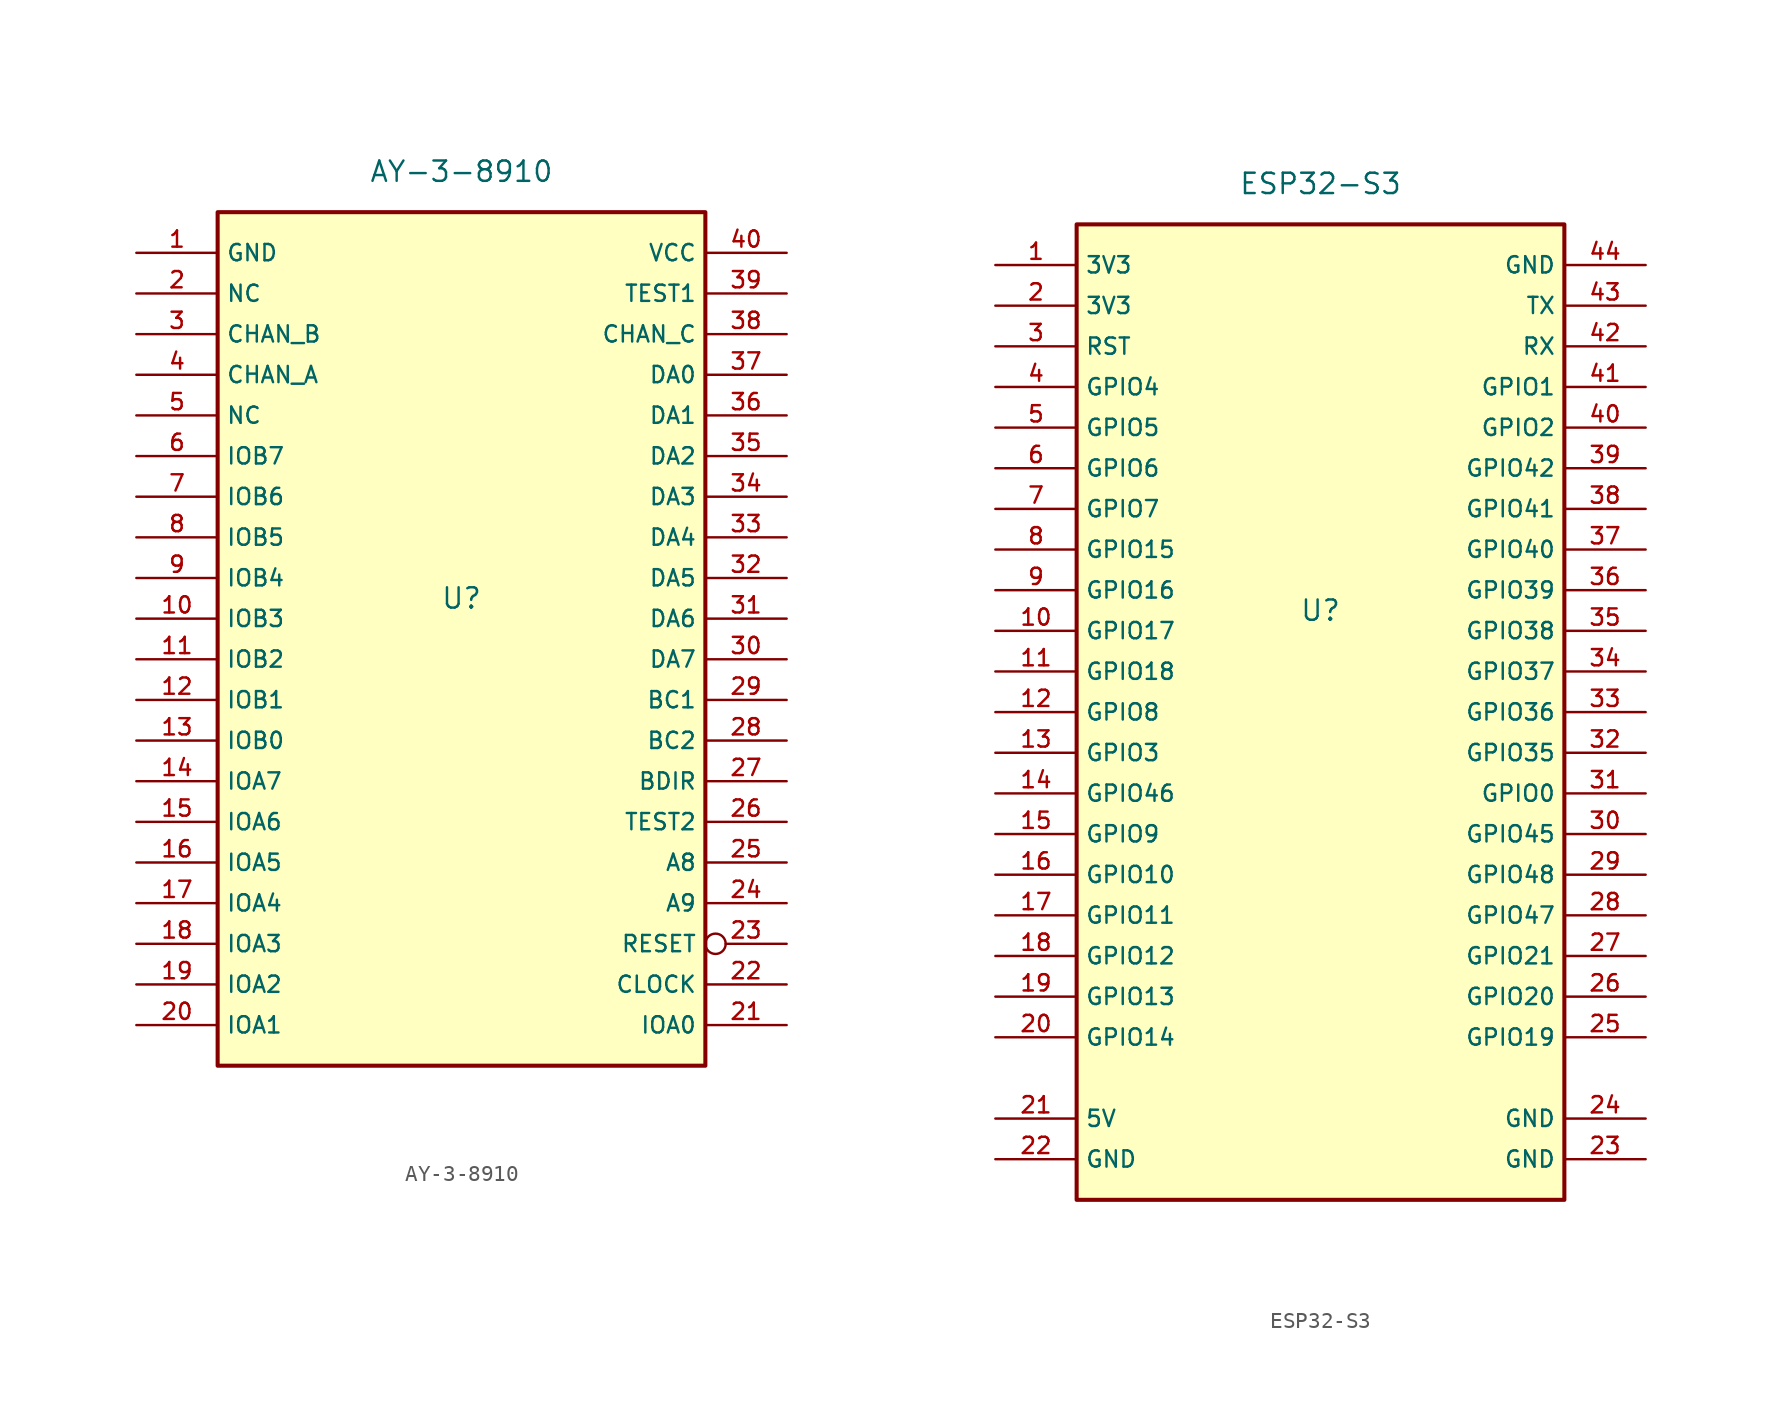
<source format=kicad_sym>
(kicad_symbol_lib
  (version 20211014)
  (generator kicad_symbol_editor)
  (symbol "AY-3-8910"
    (property "Reference" "U"
      (at 0 -29.21 0)
      (effects (font (size 1.27 1.27))))
    (property "Value" "AY-3-8910"
      (at 0 -2.54 0)
      (effects (font (size 1.27 1.27))))
    (symbol "AY-3-8910_0_0"
      (rectangle (start -15.24 -5.08) (end 15.24 -58.42) (stroke (width 0.254) (type default) (color 0 0 0 0)) (fill (type background)))
      (pin power_in line (at -20.32 -7.62 0) (length 5.08) (name "GND" (effects (font (size 1.016 1.016)))) (number "1" (effects (font (size 1.016 1.016)))))
      (pin bidirectional line (at -20.32 -30.48 0) (length 5.08) (name "IOB3" (effects (font (size 1.016 1.016)))) (number "10" (effects (font (size 1.016 1.016)))))
      (pin bidirectional line (at -20.32 -33.02 0) (length 5.08) (name "IOB2" (effects (font (size 1.016 1.016)))) (number "11" (effects (font (size 1.016 1.016)))))
      (pin bidirectional line (at -20.32 -35.56 0) (length 5.08) (name "IOB1" (effects (font (size 1.016 1.016)))) (number "12" (effects (font (size 1.016 1.016)))))
      (pin bidirectional line (at -20.32 -38.1 0) (length 5.08) (name "IOB0" (effects (font (size 1.016 1.016)))) (number "13" (effects (font (size 1.016 1.016)))))
      (pin bidirectional line (at -20.32 -40.64 0) (length 5.08) (name "IOA7" (effects (font (size 1.016 1.016)))) (number "14" (effects (font (size 1.016 1.016)))))
      (pin bidirectional line (at -20.32 -43.18 0) (length 5.08) (name "IOA6" (effects (font (size 1.016 1.016)))) (number "15" (effects (font (size 1.016 1.016)))))
      (pin bidirectional line (at -20.32 -45.72 0) (length 5.08) (name "IOA5" (effects (font (size 1.016 1.016)))) (number "16" (effects (font (size 1.016 1.016)))))
      (pin bidirectional line (at -20.32 -48.26 0) (length 5.08) (name "IOA4" (effects (font (size 1.016 1.016)))) (number "17" (effects (font (size 1.016 1.016)))))
      (pin bidirectional line (at -20.32 -50.8 0) (length 5.08) (name "IOA3" (effects (font (size 1.016 1.016)))) (number "18" (effects (font (size 1.016 1.016)))))
      (pin bidirectional line (at -20.32 -53.34 0) (length 5.08) (name "IOA2" (effects (font (size 1.016 1.016)))) (number "19" (effects (font (size 1.016 1.016)))))
      (pin power_in line (at -20.32 -10.16 0) (length 5.08) (name "NC" (effects (font (size 1.016 1.016)))) (number "2" (effects (font (size 1.016 1.016)))))
      (pin bidirectional line (at -20.32 -55.88 0) (length 5.08) (name "IOA1" (effects (font (size 1.016 1.016)))) (number "20" (effects (font (size 1.016 1.016)))))
      (pin bidirectional line (at 20.32 -55.88 180) (length 5.08) (name "IOA0" (effects (font (size 1.016 1.016)))) (number "21" (effects (font (size 1.016 1.016)))))
      (pin input line (at 20.32 -53.34 180) (length 5.08) (name "CLOCK" (effects (font (size 1.016 1.016)))) (number "22" (effects (font (size 1.016 1.016)))))
      (pin input inverted (at 20.32 -50.8 180) (length 5.08) (name "RESET" (effects (font (size 1.016 1.016)))) (number "23" (effects (font (size 1.016 1.016)))))
      (pin bidirectional line (at 20.32 -48.26 180) (length 5.08) (name "A9" (effects (font (size 1.016 1.016)))) (number "24" (effects (font (size 1.016 1.016)))))
      (pin bidirectional line (at 20.32 -45.72 180) (length 5.08) (name "A8" (effects (font (size 1.016 1.016)))) (number "25" (effects (font (size 1.016 1.016)))))
      (pin bidirectional line (at 20.32 -43.18 180) (length 5.08) (name "TEST2" (effects (font (size 1.016 1.016)))) (number "26" (effects (font (size 1.016 1.016)))))
      (pin input line (at 20.32 -40.64 180) (length 5.08) (name "BDIR" (effects (font (size 1.016 1.016)))) (number "27" (effects (font (size 1.016 1.016)))))
      (pin input line (at 20.32 -38.1 180) (length 5.08) (name "BC2" (effects (font (size 1.016 1.016)))) (number "28" (effects (font (size 1.016 1.016)))))
      (pin input line (at 20.32 -35.56 180) (length 5.08) (name "BC1" (effects (font (size 1.016 1.016)))) (number "29" (effects (font (size 1.016 1.016)))))
      (pin output line (at -20.32 -12.7 0) (length 5.08) (name "CHAN_B" (effects (font (size 1.016 1.016)))) (number "3" (effects (font (size 1.016 1.016)))))
      (pin bidirectional line (at 20.32 -33.02 180) (length 5.08) (name "DA7" (effects (font (size 1.016 1.016)))) (number "30" (effects (font (size 1.016 1.016)))))
      (pin bidirectional line (at 20.32 -30.48 180) (length 5.08) (name "DA6" (effects (font (size 1.016 1.016)))) (number "31" (effects (font (size 1.016 1.016)))))
      (pin bidirectional line (at 20.32 -27.94 180) (length 5.08) (name "DA5" (effects (font (size 1.016 1.016)))) (number "32" (effects (font (size 1.016 1.016)))))
      (pin bidirectional line (at 20.32 -25.4 180) (length 5.08) (name "DA4" (effects (font (size 1.016 1.016)))) (number "33" (effects (font (size 1.016 1.016)))))
      (pin bidirectional line (at 20.32 -22.86 180) (length 5.08) (name "DA3" (effects (font (size 1.016 1.016)))) (number "34" (effects (font (size 1.016 1.016)))))
      (pin bidirectional line (at 20.32 -20.32 180) (length 5.08) (name "DA2" (effects (font (size 1.016 1.016)))) (number "35" (effects (font (size 1.016 1.016)))))
      (pin bidirectional line (at 20.32 -17.78 180) (length 5.08) (name "DA1" (effects (font (size 1.016 1.016)))) (number "36" (effects (font (size 1.016 1.016)))))
      (pin bidirectional line (at 20.32 -15.24 180) (length 5.08) (name "DA0" (effects (font (size 1.016 1.016)))) (number "37" (effects (font (size 1.016 1.016)))))
      (pin output line (at 20.32 -12.7 180) (length 5.08) (name "CHAN_C" (effects (font (size 1.016 1.016)))) (number "38" (effects (font (size 1.016 1.016)))))
      (pin bidirectional line (at 20.32 -10.16 180) (length 5.08) (name "TEST1" (effects (font (size 1.016 1.016)))) (number "39" (effects (font (size 1.016 1.016)))))
      (pin output line (at -20.32 -15.24 0) (length 5.08) (name "CHAN_A" (effects (font (size 1.016 1.016)))) (number "4" (effects (font (size 1.016 1.016)))))
      (pin power_in line (at 20.32 -7.62 180) (length 5.08) (name "VCC" (effects (font (size 1.016 1.016)))) (number "40" (effects (font (size 1.016 1.016)))))
      (pin bidirectional line (at -20.32 -17.78 0) (length 5.08) (name "NC" (effects (font (size 1.016 1.016)))) (number "5" (effects (font (size 1.016 1.016)))))
      (pin bidirectional line (at -20.32 -20.32 0) (length 5.08) (name "IOB7" (effects (font (size 1.016 1.016)))) (number "6" (effects (font (size 1.016 1.016)))))
      (pin bidirectional line (at -20.32 -22.86 0) (length 5.08) (name "IOB6" (effects (font (size 1.016 1.016)))) (number "7" (effects (font (size 1.016 1.016)))))
      (pin bidirectional line (at -20.32 -25.4 0) (length 5.08) (name "IOB5" (effects (font (size 1.016 1.016)))) (number "8" (effects (font (size 1.016 1.016)))))
      (pin bidirectional line (at -20.32 -27.94 0) (length 5.08) (name "IOB4" (effects (font (size 1.016 1.016)))) (number "9" (effects (font (size 1.016 1.016)))))))
  (symbol "ESP32-S3"
    (property "Reference" "U"
      (at 0 -29.21 0)
      (effects (font (size 1.27 1.27))))
    (property "Value" "ESP32-S3"
      (at 0 -2.54 0)
      (effects (font (size 1.27 1.27))))
    (symbol "ESP32-S3_0_0"
      (rectangle (start -15.24 -5.08) (end 15.24 -66.04) (stroke (width 0.254) (type default) (color 0 0 0 0)) (fill (type background)))
      (pin power_in line (at -20.32 -7.62 0) (length 5.08) (name "3V3" (effects (font (size 1.016 1.016)))) (number "1" (effects (font (size 1.016 1.016)))))
      (pin bidirectional line (at -20.32 -30.48 0) (length 5.08) (name "GPIO17" (effects (font (size 1.016 1.016)))) (number "10" (effects (font (size 1.016 1.016)))))
      (pin bidirectional line (at -20.32 -33.02 0) (length 5.08) (name "GPIO18" (effects (font (size 1.016 1.016)))) (number "11" (effects (font (size 1.016 1.016)))))
      (pin bidirectional line (at -20.32 -35.56 0) (length 5.08) (name "GPIO8" (effects (font (size 1.016 1.016)))) (number "12" (effects (font (size 1.016 1.016)))))
      (pin bidirectional line (at -20.32 -38.1 0) (length 5.08) (name "GPIO3" (effects (font (size 1.016 1.016)))) (number "13" (effects (font (size 1.016 1.016)))))
      (pin bidirectional line (at -20.32 -40.64 0) (length 5.08) (name "GPIO46" (effects (font (size 1.016 1.016)))) (number "14" (effects (font (size 1.016 1.016)))))
      (pin bidirectional line (at -20.32 -43.18 0) (length 5.08) (name "GPIO9" (effects (font (size 1.016 1.016)))) (number "15" (effects (font (size 1.016 1.016)))))
      (pin bidirectional line (at -20.32 -45.72 0) (length 5.08) (name "GPIO10" (effects (font (size 1.016 1.016)))) (number "16" (effects (font (size 1.016 1.016)))))
      (pin bidirectional line (at -20.32 -48.26 0) (length 5.08) (name "GPIO11" (effects (font (size 1.016 1.016)))) (number "17" (effects (font (size 1.016 1.016)))))
      (pin bidirectional line (at -20.32 -50.8 0) (length 5.08) (name "GPIO12" (effects (font (size 1.016 1.016)))) (number "18" (effects (font (size 1.016 1.016)))))
      (pin bidirectional line (at -20.32 -53.34 0) (length 5.08) (name "GPIO13" (effects (font (size 1.016 1.016)))) (number "19" (effects (font (size 1.016 1.016)))))
      (pin power_in line (at -20.32 -10.16 0) (length 5.08) (name "3V3" (effects (font (size 1.016 1.016)))) (number "2" (effects (font (size 1.016 1.016)))))
      (pin bidirectional line (at -20.32 -55.88 0) (length 5.08) (name "GPIO14" (effects (font (size 1.016 1.016)))) (number "20" (effects (font (size 1.016 1.016)))))
      (pin power_in line (at -20.32 -60.96 0) (length 5.08) (name "5V" (effects (font (size 1.016 1.016)))) (number "21" (effects (font (size 1.016 1.016)))))
      (pin power_in line (at -20.32 -63.5 0) (length 5.08) (name "GND" (effects (font (size 1.016 1.016)))) (number "22" (effects (font (size 1.016 1.016)))))
      (pin power_in line (at 20.32 -63.5 180) (length 5.08) (name "GND" (effects (font (size 1.016 1.016)))) (number "23" (effects (font (size 1.016 1.016)))))
      (pin power_in line (at 20.32 -60.96 180) (length 5.08) (name "GND" (effects (font (size 1.016 1.016)))) (number "24" (effects (font (size 1.016 1.016)))))
      (pin bidirectional line (at 20.32 -55.88 180) (length 5.08) (name "GPIO19" (effects (font (size 1.016 1.016)))) (number "25" (effects (font (size 1.016 1.016)))))
      (pin bidirectional line (at 20.32 -53.34 180) (length 5.08) (name "GPIO20" (effects (font (size 1.016 1.016)))) (number "26" (effects (font (size 1.016 1.016)))))
      (pin bidirectional line (at 20.32 -50.8 180) (length 5.08) (name "GPIO21" (effects (font (size 1.016 1.016)))) (number "27" (effects (font (size 1.016 1.016)))))
      (pin bidirectional line (at 20.32 -48.26 180) (length 5.08) (name "GPIO47" (effects (font (size 1.016 1.016)))) (number "28" (effects (font (size 1.016 1.016)))))
      (pin bidirectional line (at 20.32 -45.72 180) (length 5.08) (name "GPIO48" (effects (font (size 1.016 1.016)))) (number "29" (effects (font (size 1.016 1.016)))))
      (pin input line (at -20.32 -12.7 0) (length 5.08) (name "RST" (effects (font (size 1.016 1.016)))) (number "3" (effects (font (size 1.016 1.016)))))
      (pin bidirectional line (at 20.32 -43.18 180) (length 5.08) (name "GPIO45" (effects (font (size 1.016 1.016)))) (number "30" (effects (font (size 1.016 1.016)))))
      (pin bidirectional line (at 20.32 -40.64 180) (length 5.08) (name "GPIO0" (effects (font (size 1.016 1.016)))) (number "31" (effects (font (size 1.016 1.016)))))
      (pin bidirectional line (at 20.32 -38.1 180) (length 5.08) (name "GPIO35" (effects (font (size 1.016 1.016)))) (number "32" (effects (font (size 1.016 1.016)))))
      (pin bidirectional line (at 20.32 -35.56 180) (length 5.08) (name "GPIO36" (effects (font (size 1.016 1.016)))) (number "33" (effects (font (size 1.016 1.016)))))
      (pin bidirectional line (at 20.32 -33.02 180) (length 5.08) (name "GPIO37" (effects (font (size 1.016 1.016)))) (number "34" (effects (font (size 1.016 1.016)))))
      (pin bidirectional line (at 20.32 -30.48 180) (length 5.08) (name "GPIO38" (effects (font (size 1.016 1.016)))) (number "35" (effects (font (size 1.016 1.016)))))
      (pin bidirectional line (at 20.32 -27.94 180) (length 5.08) (name "GPIO39" (effects (font (size 1.016 1.016)))) (number "36" (effects (font (size 1.016 1.016)))))
      (pin bidirectional line (at 20.32 -25.4 180) (length 5.08) (name "GPIO40" (effects (font (size 1.016 1.016)))) (number "37" (effects (font (size 1.016 1.016)))))
      (pin bidirectional line (at 20.32 -22.86 180) (length 5.08) (name "GPIO41" (effects (font (size 1.016 1.016)))) (number "38" (effects (font (size 1.016 1.016)))))
      (pin bidirectional line (at 20.32 -20.32 180) (length 5.08) (name "GPIO42" (effects (font (size 1.016 1.016)))) (number "39" (effects (font (size 1.016 1.016)))))
      (pin bidirectional line (at -20.32 -15.24 0) (length 5.08) (name "GPIO4" (effects (font (size 1.016 1.016)))) (number "4" (effects (font (size 1.016 1.016)))))
      (pin bidirectional line (at 20.32 -17.78 180) (length 5.08) (name "GPIO2" (effects (font (size 1.016 1.016)))) (number "40" (effects (font (size 1.016 1.016)))))
      (pin bidirectional line (at 20.32 -15.24 180) (length 5.08) (name "GPIO1" (effects (font (size 1.016 1.016)))) (number "41" (effects (font (size 1.016 1.016)))))
      (pin input line (at 20.32 -12.7 180) (length 5.08) (name "RX" (effects (font (size 1.016 1.016)))) (number "42" (effects (font (size 1.016 1.016)))))
      (pin output line (at 20.32 -10.16 180) (length 5.08) (name "TX" (effects (font (size 1.016 1.016)))) (number "43" (effects (font (size 1.016 1.016)))))
      (pin power_in line (at 20.32 -7.62 180) (length 5.08) (name "GND" (effects (font (size 1.016 1.016)))) (number "44" (effects (font (size 1.016 1.016)))))
      (pin bidirectional line (at -20.32 -17.78 0) (length 5.08) (name "GPIO5" (effects (font (size 1.016 1.016)))) (number "5" (effects (font (size 1.016 1.016)))))
      (pin bidirectional line (at -20.32 -20.32 0) (length 5.08) (name "GPIO6" (effects (font (size 1.016 1.016)))) (number "6" (effects (font (size 1.016 1.016)))))
      (pin bidirectional line (at -20.32 -22.86 0) (length 5.08) (name "GPIO7" (effects (font (size 1.016 1.016)))) (number "7" (effects (font (size 1.016 1.016)))))
      (pin bidirectional line (at -20.32 -25.4 0) (length 5.08) (name "GPIO15" (effects (font (size 1.016 1.016)))) (number "8" (effects (font (size 1.016 1.016)))))
      (pin bidirectional line (at -20.32 -27.94 0) (length 5.08) (name "GPIO16" (effects (font (size 1.016 1.016)))) (number "9" (effects (font (size 1.016 1.016))))))))
</source>
